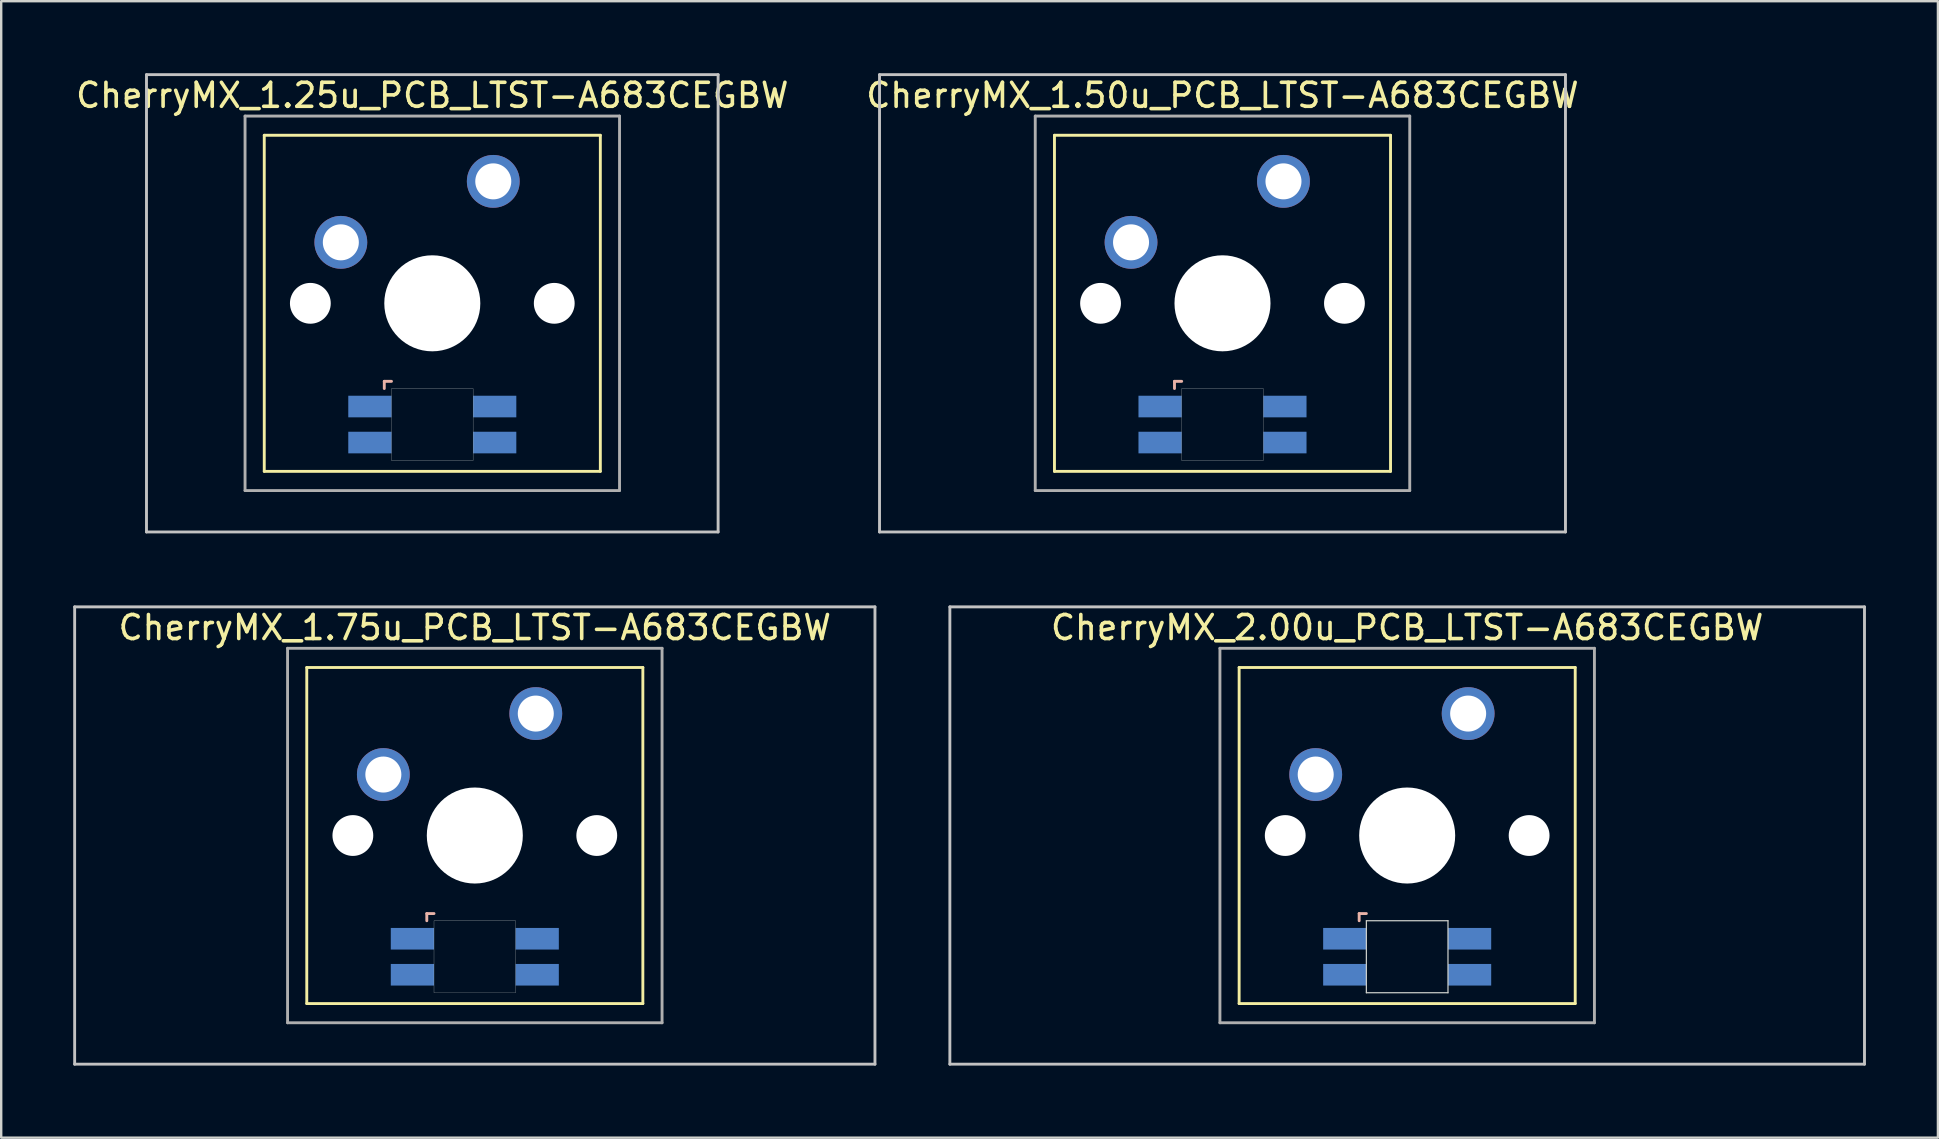
<source format=kicad_pcb>
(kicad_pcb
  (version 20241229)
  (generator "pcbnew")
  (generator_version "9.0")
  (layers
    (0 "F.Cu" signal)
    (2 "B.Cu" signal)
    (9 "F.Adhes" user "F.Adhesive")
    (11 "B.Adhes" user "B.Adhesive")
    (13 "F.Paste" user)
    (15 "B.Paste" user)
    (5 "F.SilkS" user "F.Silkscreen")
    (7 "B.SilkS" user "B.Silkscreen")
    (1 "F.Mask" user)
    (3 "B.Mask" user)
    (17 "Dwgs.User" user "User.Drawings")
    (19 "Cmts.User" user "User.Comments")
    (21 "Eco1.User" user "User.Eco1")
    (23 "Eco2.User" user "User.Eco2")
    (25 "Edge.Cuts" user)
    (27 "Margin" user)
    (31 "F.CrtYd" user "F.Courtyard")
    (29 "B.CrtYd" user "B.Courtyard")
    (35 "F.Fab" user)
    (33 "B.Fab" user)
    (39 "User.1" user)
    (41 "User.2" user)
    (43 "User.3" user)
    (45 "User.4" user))
  (footprint "CherryMX_2.00u_PCB_LTST-A683CEGBW"
    (layer "F.Cu")
    (at 55.568 31.755)
    (property "Reference" "CherryMX_2.00u_PCB_LTST-A683CEGBW" (at 0 -8.662 0) (layer "F.SilkS") (effects (font (size 1 1) (thickness 0.15))))
    (attr through_hole)
    (fp_line (start -7 -7) (end -7 7) (stroke (width 0.12) (type solid)) (layer "F.SilkS"))
    (fp_line (start -7 -7) (end 7 -7) (stroke (width 0.12) (type solid)) (layer "F.SilkS"))
    (fp_line (start 7 -7) (end 7 7) (stroke (width 0.12) (type solid)) (layer "F.SilkS"))
    (fp_line (start 7 7) (end -7 7) (stroke (width 0.12) (type solid)) (layer "F.SilkS"))
    (fp_line (start -2 3.25) (end -2 3.55) (stroke (width 0.12) (type solid)) (layer "B.SilkS"))
    (fp_line (start -1.7 3.25) (end -2 3.25) (stroke (width 0.12) (type solid)) (layer "B.SilkS"))
    (fp_line (start -19.05 -9.525) (end 19.05 -9.525) (stroke (width 0.12) (type solid)) (layer "Dwgs.User"))
    (fp_line (start -19.05 9.525) (end -19.05 -9.525) (stroke (width 0.12) (type solid)) (layer "Dwgs.User"))
    (fp_line (start 19.05 -9.525) (end 19.05 9.525) (stroke (width 0.12) (type solid)) (layer "Dwgs.User"))
    (fp_line (start 19.05 9.525) (end -19.05 9.525) (stroke (width 0.12) (type solid)) (layer "Dwgs.User"))
    (fp_line (start -1.7 3.55) (end 1.7 3.55) (stroke (width 0.05) (type solid)) (layer "Edge.Cuts"))
    (fp_line (start -1.7 6.55) (end -1.7 3.55) (stroke (width 0.05) (type solid)) (layer "Edge.Cuts"))
    (fp_line (start 1.7 3.55) (end 1.7 6.55) (stroke (width 0.05) (type solid)) (layer "Edge.Cuts"))
    (fp_line (start 1.7 6.55) (end -1.7 6.55) (stroke (width 0.05) (type solid)) (layer "Edge.Cuts"))
    (fp_line (start -7.8 -7.8) (end -7.8 7.8) (stroke (width 0.12) (type solid)) (layer "F.Fab"))
    (fp_line (start -7.8 -7.8) (end 7.8 -7.8) (stroke (width 0.12) (type solid)) (layer "F.Fab"))
    (fp_line (start -7.8 7.8) (end 7.8 7.8) (stroke (width 0.12) (type solid)) (layer "F.Fab"))
    (fp_line (start 7.8 -7.8) (end 7.8 7.8) (stroke (width 0.12) (type solid)) (layer "F.Fab"))
    (pad "" np_thru_hole circle (at -5.08 0) (size 1.7 1.7) (drill 1.7) (layers "*.Cu" "*.Mask"))
    (pad "" np_thru_hole circle (at 0 0) (size 4 4) (drill 4) (layers "*.Cu" "*.Mask"))
    (pad "" np_thru_hole circle (at 5.08 0) (size 1.7 1.7) (drill 1.7) (layers "*.Cu" "*.Mask"))
    (pad "1" thru_hole circle (at -3.81 -2.54) (size 2.2 2.2) (drill 1.5) (layers "*.Cu" "*.Mask"))
    (pad "2" thru_hole circle (at 2.54 -5.08) (size 2.2 2.2) (drill 1.5) (layers "*.Cu" "*.Mask"))
    (pad "3" smd rect (at -2.6 4.3) (size 1.8 0.9) (layers "B.Cu" "B.Mask" "B.Paste"))
    (pad "4" smd rect (at -2.6 5.8) (size 1.8 0.9) (layers "B.Cu" "B.Mask" "B.Paste"))
    (pad "5" smd rect (at 2.6 4.3) (size 1.8 0.9) (layers "B.Cu" "B.Mask" "B.Paste"))
    (pad "6" smd rect (at 2.6 5.8) (size 1.8 0.9) (layers "B.Cu" "B.Mask" "B.Paste")))
  (footprint "CherryMX_1.25u_PCB_LTST-A683CEGBW"
    (layer "F.Cu")
    (at 14.958 9.585)
    (property "Reference" "CherryMX_1.25u_PCB_LTST-A683CEGBW" (at 0 -8.662 0) (layer "F.SilkS") (effects (font (size 1 1) (thickness 0.15))))
    (attr through_hole)
    (fp_line (start -7 -7) (end -7 7) (stroke (width 0.12) (type solid)) (layer "F.SilkS"))
    (fp_line (start -7 -7) (end 7 -7) (stroke (width 0.12) (type solid)) (layer "F.SilkS"))
    (fp_line (start 7 -7) (end 7 7) (stroke (width 0.12) (type solid)) (layer "F.SilkS"))
    (fp_line (start 7 7) (end -7 7) (stroke (width 0.12) (type solid)) (layer "F.SilkS"))
    (fp_line (start -2 3.25) (end -2 3.55) (stroke (width 0.12) (type solid)) (layer "B.SilkS"))
    (fp_line (start -1.7 3.25) (end -2 3.25) (stroke (width 0.12) (type solid)) (layer "B.SilkS"))
    (fp_line (start -11.906 -9.525) (end 11.906 -9.525) (stroke (width 0.12) (type solid)) (layer "Dwgs.User"))
    (fp_line (start -11.906 9.525) (end -11.906 -9.525) (stroke (width 0.12) (type solid)) (layer "Dwgs.User"))
    (fp_line (start 11.906 -9.525) (end 11.906 9.525) (stroke (width 0.12) (type solid)) (layer "Dwgs.User"))
    (fp_line (start 11.906 9.525) (end -11.906 9.525) (stroke (width 0.12) (type solid)) (layer "Dwgs.User"))
    (fp_poly (pts (xy 1.7 6.55) (xy -1.7 6.55) (xy -1.7 3.55) (xy 1.7 3.55)) (stroke (width 0.01) (type solid)) (fill no) (layer "Edge.Cuts"))
    (fp_line (start -7.8 -7.8) (end -7.8 7.8) (stroke (width 0.12) (type solid)) (layer "F.Fab"))
    (fp_line (start -7.8 -7.8) (end 7.8 -7.8) (stroke (width 0.12) (type solid)) (layer "F.Fab"))
    (fp_line (start -7.8 7.8) (end 7.8 7.8) (stroke (width 0.12) (type solid)) (layer "F.Fab"))
    (fp_line (start 7.8 -7.8) (end 7.8 7.8) (stroke (width 0.12) (type solid)) (layer "F.Fab"))
    (pad "" np_thru_hole circle (at -5.08 0) (size 1.7 1.7) (drill 1.7) (layers "*.Cu" "*.Mask"))
    (pad "" np_thru_hole circle (at 0 0) (size 4 4) (drill 4) (layers "*.Cu" "*.Mask"))
    (pad "" np_thru_hole circle (at 5.08 0) (size 1.7 1.7) (drill 1.7) (layers "*.Cu" "*.Mask"))
    (pad "1" thru_hole circle (at -3.81 -2.54) (size 2.2 2.2) (drill 1.5) (layers "*.Cu" "*.Mask"))
    (pad "2" thru_hole circle (at 2.54 -5.08) (size 2.2 2.2) (drill 1.5) (layers "*.Cu" "*.Mask"))
    (pad "3" smd rect (at -2.6 4.3) (size 1.8 0.9) (layers "B.Cu" "B.Mask" "B.Paste"))
    (pad "4" smd rect (at -2.6 5.8) (size 1.8 0.9) (layers "B.Cu" "B.Mask" "B.Paste"))
    (pad "5" smd rect (at 2.6 4.3) (size 1.8 0.9) (layers "B.Cu" "B.Mask" "B.Paste"))
    (pad "6" smd rect (at 2.6 5.8) (size 1.8 0.9) (layers "B.Cu" "B.Mask" "B.Paste")))
  (footprint "CherryMX_1.75u_PCB_LTST-A683CEGBW"
    (layer "F.Cu")
    (at 16.729 31.755)
    (property "Reference" "CherryMX_1.75u_PCB_LTST-A683CEGBW" (at 0 -8.662 0) (layer "F.SilkS") (effects (font (size 1 1) (thickness 0.15))))
    (attr through_hole)
    (fp_line (start -7 -7) (end -7 7) (stroke (width 0.12) (type solid)) (layer "F.SilkS"))
    (fp_line (start -7 -7) (end 7 -7) (stroke (width 0.12) (type solid)) (layer "F.SilkS"))
    (fp_line (start 7 -7) (end 7 7) (stroke (width 0.12) (type solid)) (layer "F.SilkS"))
    (fp_line (start 7 7) (end -7 7) (stroke (width 0.12) (type solid)) (layer "F.SilkS"))
    (fp_line (start -2 3.25) (end -2 3.55) (stroke (width 0.12) (type solid)) (layer "B.SilkS"))
    (fp_line (start -1.7 3.25) (end -2 3.25) (stroke (width 0.12) (type solid)) (layer "B.SilkS"))
    (fp_line (start -16.669 -9.525) (end 16.669 -9.525) (stroke (width 0.12) (type solid)) (layer "Dwgs.User"))
    (fp_line (start -16.669 9.525) (end -16.669 -9.525) (stroke (width 0.12) (type solid)) (layer "Dwgs.User"))
    (fp_line (start 16.669 -9.525) (end 16.669 9.525) (stroke (width 0.12) (type solid)) (layer "Dwgs.User"))
    (fp_line (start 16.669 9.525) (end -16.669 9.525) (stroke (width 0.12) (type solid)) (layer "Dwgs.User"))
    (fp_poly (pts (xy 1.7 6.55) (xy -1.7 6.55) (xy -1.7 3.55) (xy 1.7 3.55)) (stroke (width 0.01) (type solid)) (fill no) (layer "Edge.Cuts"))
    (fp_line (start -7.8 -7.8) (end -7.8 7.8) (stroke (width 0.12) (type solid)) (layer "F.Fab"))
    (fp_line (start -7.8 -7.8) (end 7.8 -7.8) (stroke (width 0.12) (type solid)) (layer "F.Fab"))
    (fp_line (start -7.8 7.8) (end 7.8 7.8) (stroke (width 0.12) (type solid)) (layer "F.Fab"))
    (fp_line (start 7.8 -7.8) (end 7.8 7.8) (stroke (width 0.12) (type solid)) (layer "F.Fab"))
    (pad "" np_thru_hole circle (at -5.08 0) (size 1.7 1.7) (drill 1.7) (layers "*.Cu" "*.Mask"))
    (pad "" np_thru_hole circle (at 0 0) (size 4 4) (drill 4) (layers "*.Cu" "*.Mask"))
    (pad "" np_thru_hole circle (at 5.08 0) (size 1.7 1.7) (drill 1.7) (layers "*.Cu" "*.Mask"))
    (pad "1" thru_hole circle (at -3.81 -2.54) (size 2.2 2.2) (drill 1.5) (layers "*.Cu" "*.Mask"))
    (pad "2" thru_hole circle (at 2.54 -5.08) (size 2.2 2.2) (drill 1.5) (layers "*.Cu" "*.Mask"))
    (pad "3" smd rect (at -2.6 4.3) (size 1.8 0.9) (layers "B.Cu" "B.Mask" "B.Paste"))
    (pad "4" smd rect (at -2.6 5.8) (size 1.8 0.9) (layers "B.Cu" "B.Mask" "B.Paste"))
    (pad "5" smd rect (at 2.6 4.3) (size 1.8 0.9) (layers "B.Cu" "B.Mask" "B.Paste"))
    (pad "6" smd rect (at 2.6 5.8) (size 1.8 0.9) (layers "B.Cu" "B.Mask" "B.Paste")))
  (footprint "CherryMX_1.50u_PCB_LTST-A683CEGBW"
    (layer "F.Cu")
    (at 47.875 9.585)
    (property "Reference" "CherryMX_1.50u_PCB_LTST-A683CEGBW" (at 0 -8.662 0) (layer "F.SilkS") (effects (font (size 1 1) (thickness 0.15))))
    (attr through_hole)
    (fp_line (start -7 -7) (end -7 7) (stroke (width 0.12) (type solid)) (layer "F.SilkS"))
    (fp_line (start -7 -7) (end 7 -7) (stroke (width 0.12) (type solid)) (layer "F.SilkS"))
    (fp_line (start 7 -7) (end 7 7) (stroke (width 0.12) (type solid)) (layer "F.SilkS"))
    (fp_line (start 7 7) (end -7 7) (stroke (width 0.12) (type solid)) (layer "F.SilkS"))
    (fp_line (start -2 3.25) (end -2 3.55) (stroke (width 0.12) (type solid)) (layer "B.SilkS"))
    (fp_line (start -1.7 3.25) (end -2 3.25) (stroke (width 0.12) (type solid)) (layer "B.SilkS"))
    (fp_line (start -14.287 -9.525) (end 14.287 -9.525) (stroke (width 0.12) (type solid)) (layer "Dwgs.User"))
    (fp_line (start -14.287 9.525) (end -14.287 -9.525) (stroke (width 0.12) (type solid)) (layer "Dwgs.User"))
    (fp_line (start 14.287 -9.525) (end 14.287 9.525) (stroke (width 0.12) (type solid)) (layer "Dwgs.User"))
    (fp_line (start 14.287 9.525) (end -14.287 9.525) (stroke (width 0.12) (type solid)) (layer "Dwgs.User"))
    (fp_poly (pts (xy 1.7 6.55) (xy -1.7 6.55) (xy -1.7 3.55) (xy 1.7 3.55)) (stroke (width 0.01) (type solid)) (fill no) (layer "Edge.Cuts"))
    (fp_line (start -7.8 -7.8) (end -7.8 7.8) (stroke (width 0.12) (type solid)) (layer "F.Fab"))
    (fp_line (start -7.8 -7.8) (end 7.8 -7.8) (stroke (width 0.12) (type solid)) (layer "F.Fab"))
    (fp_line (start -7.8 7.8) (end 7.8 7.8) (stroke (width 0.12) (type solid)) (layer "F.Fab"))
    (fp_line (start 7.8 -7.8) (end 7.8 7.8) (stroke (width 0.12) (type solid)) (layer "F.Fab"))
    (pad "" np_thru_hole circle (at -5.08 0) (size 1.7 1.7) (drill 1.7) (layers "*.Cu" "*.Mask"))
    (pad "" np_thru_hole circle (at 0 0) (size 4 4) (drill 4) (layers "*.Cu" "*.Mask"))
    (pad "" np_thru_hole circle (at 5.08 0) (size 1.7 1.7) (drill 1.7) (layers "*.Cu" "*.Mask"))
    (pad "1" thru_hole circle (at -3.81 -2.54) (size 2.2 2.2) (drill 1.5) (layers "*.Cu" "*.Mask"))
    (pad "2" thru_hole circle (at 2.54 -5.08) (size 2.2 2.2) (drill 1.5) (layers "*.Cu" "*.Mask"))
    (pad "3" smd rect (at -2.6 4.3) (size 1.8 0.9) (layers "B.Cu" "B.Mask" "B.Paste"))
    (pad "4" smd rect (at -2.6 5.8) (size 1.8 0.9) (layers "B.Cu" "B.Mask" "B.Paste"))
    (pad "5" smd rect (at 2.6 4.3) (size 1.8 0.9) (layers "B.Cu" "B.Mask" "B.Paste"))
    (pad "6" smd rect (at 2.6 5.8) (size 1.8 0.9) (layers "B.Cu" "B.Mask" "B.Paste")))
  (gr_rect
    (start -3 -3)
    (end 77.677 44.34)
    (stroke (width 0.1) (type default))
    (fill no)
    (layer "Edge.Cuts")))
</source>
